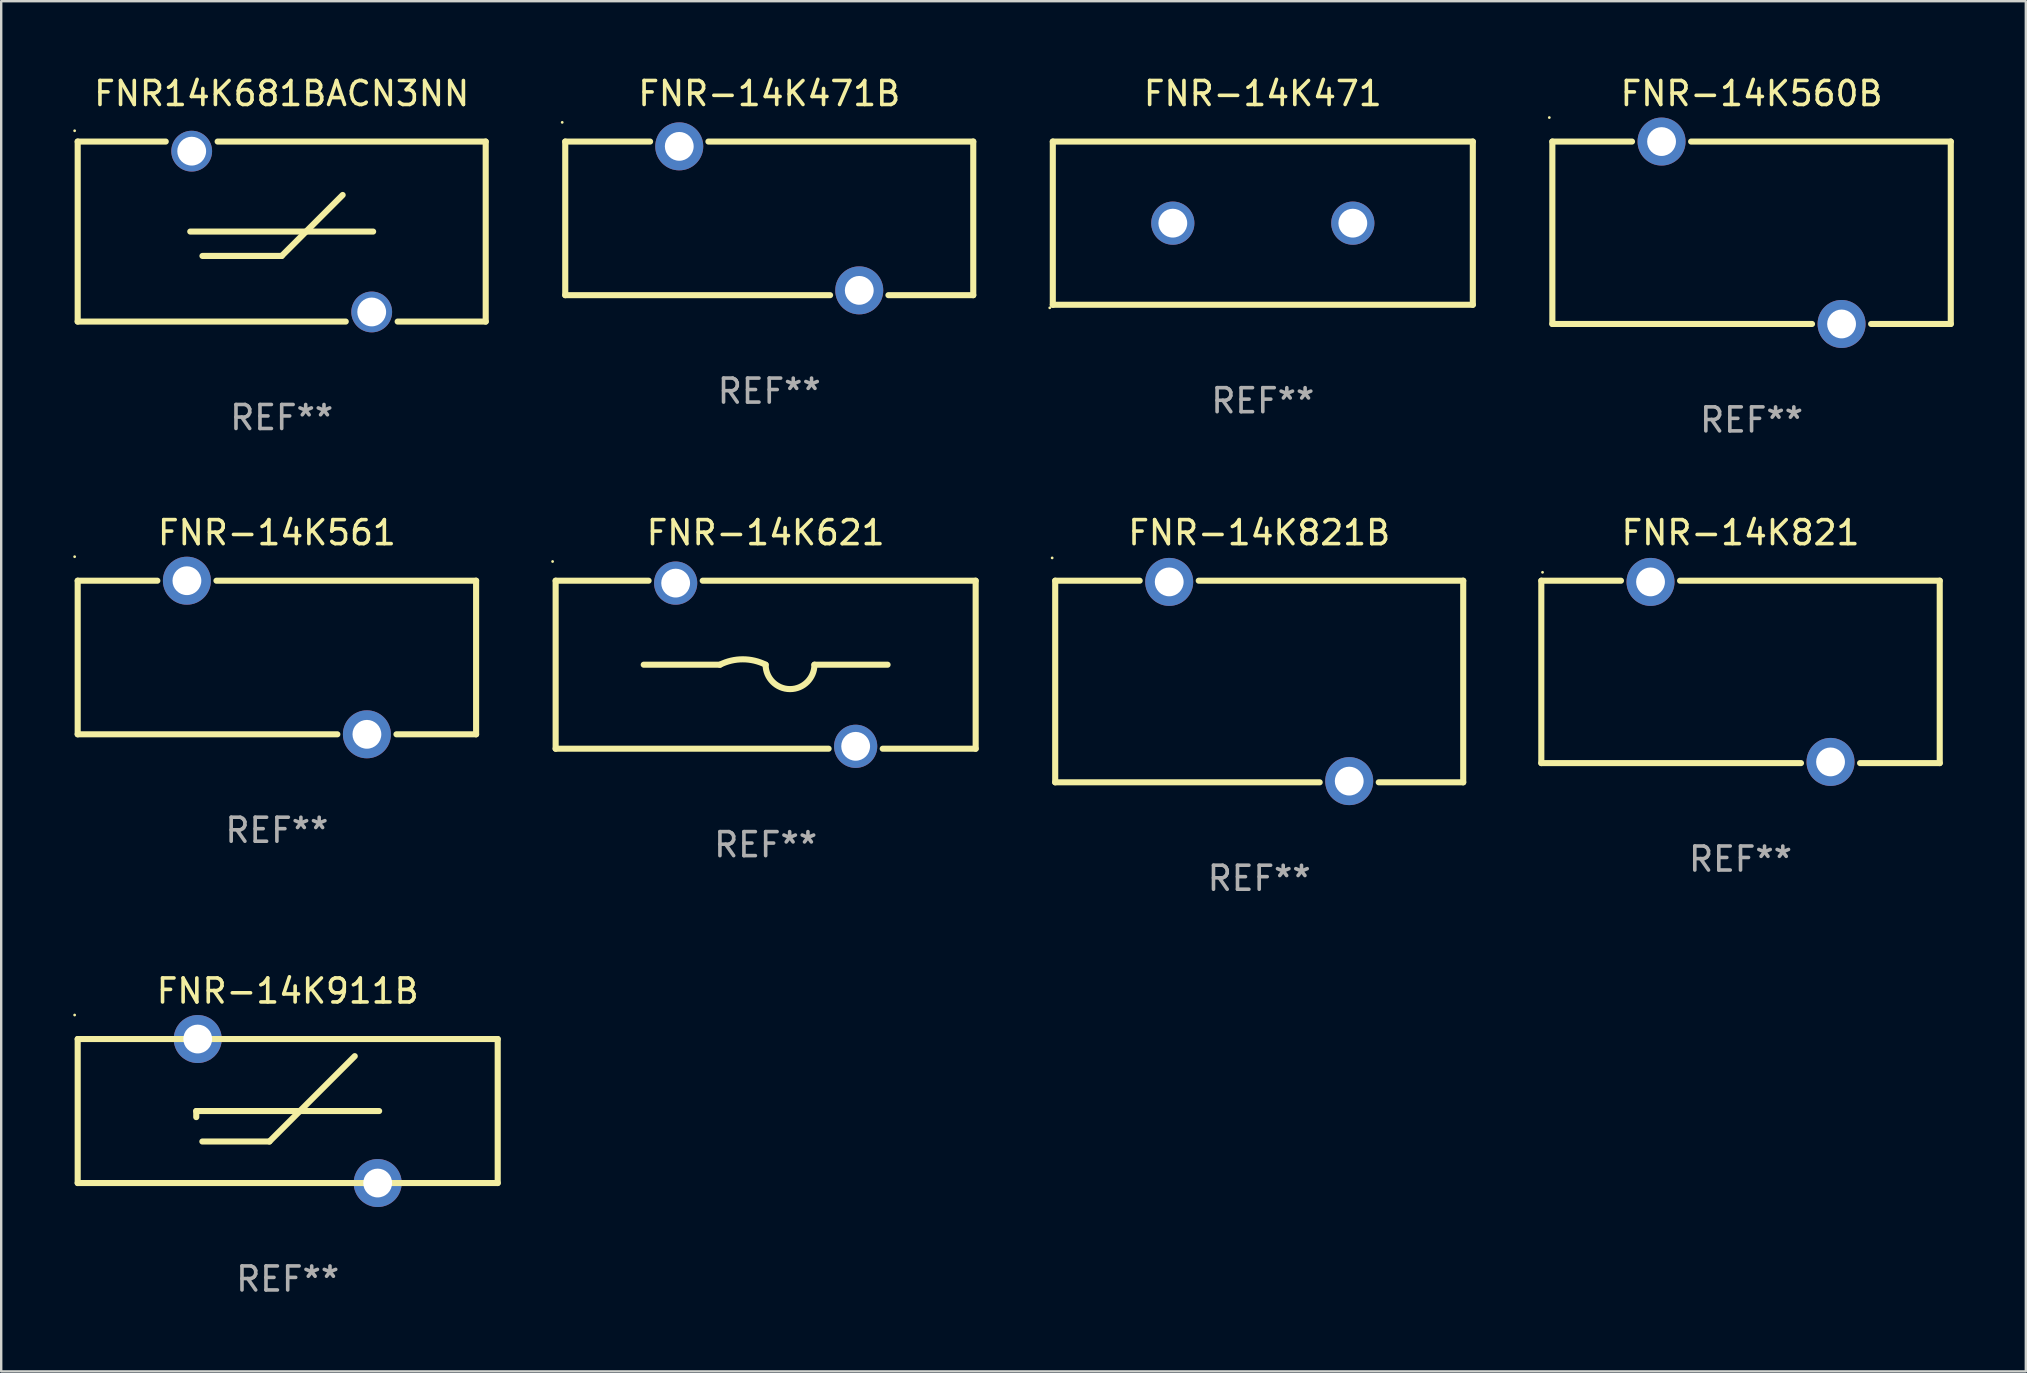
<source format=kicad_pcb>
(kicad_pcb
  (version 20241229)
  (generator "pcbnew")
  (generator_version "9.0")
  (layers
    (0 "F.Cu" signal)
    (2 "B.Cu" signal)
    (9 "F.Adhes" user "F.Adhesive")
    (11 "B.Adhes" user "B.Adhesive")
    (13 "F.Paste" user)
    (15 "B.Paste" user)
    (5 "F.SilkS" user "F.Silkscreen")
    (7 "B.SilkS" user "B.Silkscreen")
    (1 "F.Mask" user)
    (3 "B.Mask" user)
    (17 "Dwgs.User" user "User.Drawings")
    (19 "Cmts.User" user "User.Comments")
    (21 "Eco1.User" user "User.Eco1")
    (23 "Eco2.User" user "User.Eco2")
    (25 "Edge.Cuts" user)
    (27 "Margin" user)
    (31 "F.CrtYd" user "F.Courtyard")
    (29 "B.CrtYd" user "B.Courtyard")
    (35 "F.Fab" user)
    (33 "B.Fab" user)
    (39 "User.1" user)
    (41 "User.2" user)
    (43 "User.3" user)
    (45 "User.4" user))
  (footprint "FNR-14K471"
    (layer "F.Cu")
    (at 49.565 6.248)
    (property "Reference" "FNR-14K471" (at 0 -5.4 0) (layer "F.SilkS") (effects (font (size 1 1) (thickness 0.15))))
    (attr through_hole)
    (fp_line (start -8.75 -3.4) (end 8.75 -3.4) (stroke (width 0.254) (type solid)) (layer "F.SilkS"))
    (fp_line (start -8.75 3.4) (end -8.75 -3.4) (stroke (width 0.254) (type solid)) (layer "F.SilkS"))
    (fp_line (start 8.75 -3.4) (end 8.75 3.4) (stroke (width 0.254) (type solid)) (layer "F.SilkS"))
    (fp_line (start 8.75 3.4) (end -8.75 3.4) (stroke (width 0.254) (type solid)) (layer "F.SilkS"))
    (fp_circle (center -8.877 3.527) (end -8.847 3.527) (stroke (width 0.06) (type solid)) (fill no) (layer "F.SilkS"))
    (fp_text user "REF**" (at 0 7.4 0) (layer "F.Fab") (effects (font (size 1 1) (thickness 0.15))))
    (pad "1" thru_hole circle (at -3.75 0) (size 1.8 1.8) (drill 1.2) (layers "*.Cu" "*.Mask"))
    (pad "2" thru_hole circle (at 3.75 0) (size 1.8 1.8) (drill 1.2) (layers "*.Cu" "*.Mask")))
  (footprint "FNR-14K911B"
    (layer "F.Cu")
    (at 8.937 43.241)
    (property "Reference" "FNR-14K911B" (at 0 -5 0) (layer "F.SilkS") (effects (font (size 1 1) (thickness 0.15))))
    (attr through_hole)
    (fp_line (start -8.75 -3) (end -8.75 3) (stroke (width 0.254) (type solid)) (layer "F.SilkS"))
    (fp_line (start -8.75 -3) (end 8.75 -3) (stroke (width 0.254) (type solid)) (layer "F.SilkS"))
    (fp_line (start -3.81 0) (end 3.81 0) (stroke (width 0.254) (type solid)) (layer "F.SilkS"))
    (fp_line (start -3.81 0.254) (end -3.81 0) (stroke (width 0.254) (type solid)) (layer "F.SilkS"))
    (fp_line (start -3.556 1.27) (end -0.762 1.27) (stroke (width 0.254) (type solid)) (layer "F.SilkS"))
    (fp_line (start -0.762 1.27) (end 2.794 -2.286) (stroke (width 0.254) (type solid)) (layer "F.SilkS"))
    (fp_line (start 8.75 3) (end -8.75 3) (stroke (width 0.254) (type solid)) (layer "F.SilkS"))
    (fp_line (start 8.75 3) (end 8.75 -3) (stroke (width 0.254) (type solid)) (layer "F.SilkS"))
    (fp_circle (center -8.877 -4) (end -8.847 -4) (stroke (width 0.06) (type solid)) (fill no) (layer "F.SilkS"))
    (fp_text user "REF**" (at 0 7 0) (layer "F.Fab") (effects (font (size 1 1) (thickness 0.15))))
    (pad "1" thru_hole circle (at -3.749 -3) (size 2 2) (drill 1.2) (layers "*.Cu" "*.Mask"))
    (pad "2" thru_hole circle (at 3.749 3) (size 2 2) (drill 1.2) (layers "*.Cu" "*.Mask")))
  (footprint "FNR-14K821B"
    (layer "F.Cu")
    (at 49.415 25.345)
    (property "Reference" "FNR-14K821B" (at 0 -6.2 0) (layer "F.SilkS") (effects (font (size 1 1) (thickness 0.15))))
    (attr through_hole)
    (fp_line (start -8.5 -4.2) (end -8.5 4.2) (stroke (width 0.254) (type solid)) (layer "F.SilkS"))
    (fp_line (start -8.5 -4.2) (end -4.98 -4.2) (stroke (width 0.254) (type solid)) (layer "F.SilkS"))
    (fp_line (start -8.5 4.2) (end 2.52 4.2) (stroke (width 0.254) (type solid)) (layer "F.SilkS"))
    (fp_line (start -2.52 -4.2) (end 8.5 -4.2) (stroke (width 0.254) (type solid)) (layer "F.SilkS"))
    (fp_line (start 4.98 4.2) (end 8.5 4.2) (stroke (width 0.254) (type solid)) (layer "F.SilkS"))
    (fp_line (start 8.5 -4.2) (end 8.5 4.2) (stroke (width 0.254) (type solid)) (layer "F.SilkS"))
    (fp_circle (center -8.627 -5.15) (end -8.597 -5.15) (stroke (width 0.06) (type solid)) (fill no) (layer "F.SilkS"))
    (fp_text user "REF**" (at 0 8.2 0) (layer "F.Fab") (effects (font (size 1 1) (thickness 0.15))))
    (pad "1" thru_hole circle (at -3.75 -4.15) (size 2 2) (drill 1.2) (layers "*.Cu" "*.Mask"))
    (pad "2" thru_hole circle (at 3.75 4.15) (size 2 2) (drill 1.2) (layers "*.Cu" "*.Mask")))
  (footprint "FNR-14K561"
    (layer "F.Cu")
    (at 8.487 24.345)
    (property "Reference" "FNR-14K561" (at 0 -5.2 0) (layer "F.SilkS") (effects (font (size 1 1) (thickness 0.15))))
    (attr through_hole)
    (fp_line (start -8.3 -3.2) (end -8.3 3.2) (stroke (width 0.254) (type solid)) (layer "F.SilkS"))
    (fp_line (start -8.3 -3.2) (end -4.981 -3.2) (stroke (width 0.254) (type solid)) (layer "F.SilkS"))
    (fp_line (start -8.3 3.2) (end 2.519 3.2) (stroke (width 0.254) (type solid)) (layer "F.SilkS"))
    (fp_line (start -2.519 -3.2) (end 8.3 -3.2) (stroke (width 0.254) (type solid)) (layer "F.SilkS"))
    (fp_line (start 4.981 3.2) (end 8.3 3.2) (stroke (width 0.254) (type solid)) (layer "F.SilkS"))
    (fp_line (start 8.3 -3.2) (end 8.3 3.2) (stroke (width 0.254) (type solid)) (layer "F.SilkS"))
    (fp_circle (center -8.427 -4.2) (end -8.397 -4.2) (stroke (width 0.06) (type solid)) (fill no) (layer "F.SilkS"))
    (fp_text user "REF**" (at 0 7.2 0) (layer "F.Fab") (effects (font (size 1 1) (thickness 0.15))))
    (pad "1" thru_hole circle (at -3.75 -3.2) (size 2 2) (drill 1.2) (layers "*.Cu" "*.Mask"))
    (pad "2" thru_hole circle (at 3.75 3.2) (size 2 2) (drill 1.2) (layers "*.Cu" "*.Mask")))
  (footprint "FNR14K681BACN3NN"
    (layer "F.Cu")
    (at 8.687 6.598)
    (property "Reference" "FNR14K681BACN3NN" (at 0 -5.75 0) (layer "F.SilkS") (effects (font (size 1 1) (thickness 0.15))))
    (attr through_hole)
    (fp_line (start -8.5 -3.75) (end -4.831 -3.75) (stroke (width 0.254) (type solid)) (layer "F.SilkS"))
    (fp_line (start -8.5 3.75) (end -8.5 -3.75) (stroke (width 0.254) (type solid)) (layer "F.SilkS"))
    (fp_line (start -8.5 3.75) (end 2.669 3.75) (stroke (width 0.254) (type solid)) (layer "F.SilkS"))
    (fp_line (start -3.81 0) (end 3.81 0) (stroke (width 0.254) (type solid)) (layer "F.SilkS"))
    (fp_line (start -3.302 1.016) (end 0 1.016) (stroke (width 0.254) (type solid)) (layer "F.SilkS"))
    (fp_line (start -2.669 -3.75) (end 8.5 -3.75) (stroke (width 0.254) (type solid)) (layer "F.SilkS"))
    (fp_line (start 0 1.016) (end 2.54 -1.524) (stroke (width 0.254) (type solid)) (layer "F.SilkS"))
    (fp_line (start 4.831 3.75) (end 8.5 3.75) (stroke (width 0.254) (type solid)) (layer "F.SilkS"))
    (fp_line (start 8.5 -3.75) (end 8.5 3.75) (stroke (width 0.254) (type solid)) (layer "F.SilkS"))
    (fp_circle (center -8.627 -4.2) (end -8.597 -4.2) (stroke (width 0.06) (type solid)) (fill no) (layer "F.SilkS"))
    (fp_text user "REF**" (at 0 7.75 0) (layer "F.Fab") (effects (font (size 1 1) (thickness 0.15))))
    (pad "1" thru_hole circle (at -3.75 -3.35) (size 1.7 1.7) (drill 1.2) (layers "*.Cu" "*.Mask"))
    (pad "2" thru_hole circle (at 3.75 3.35) (size 1.7 1.7) (drill 1.2) (layers "*.Cu" "*.Mask")))
  (footprint "FNR-14K621"
    (layer "F.Cu")
    (at 28.851 24.645)
    (property "Reference" "FNR-14K621" (at 0 -5.5 0) (layer "F.SilkS") (effects (font (size 1 1) (thickness 0.15))))
    (attr through_hole)
    (fp_line (start -8.75 -3.5) (end -8.75 3.5) (stroke (width 0.254) (type solid)) (layer "F.SilkS"))
    (fp_line (start -8.75 -3.5) (end -4.877 -3.5) (stroke (width 0.254) (type solid)) (layer "F.SilkS"))
    (fp_line (start -5.08 0) (end -1.905 0) (stroke (width 0.254) (type solid)) (layer "F.SilkS"))
    (fp_line (start -2.623 -3.5) (end 8.75 -3.5) (stroke (width 0.254) (type solid)) (layer "F.SilkS"))
    (fp_line (start 2.623 3.5) (end -8.75 3.5) (stroke (width 0.254) (type solid)) (layer "F.SilkS"))
    (fp_line (start 5.08 0) (end 2.032 0) (stroke (width 0.254) (type solid)) (layer "F.SilkS"))
    (fp_line (start 8.75 -3.5) (end 8.75 3.5) (stroke (width 0.254) (type solid)) (layer "F.SilkS"))
    (fp_line (start 8.75 3.5) (end 4.877 3.5) (stroke (width 0.254) (type solid)) (layer "F.SilkS"))
    (fp_arc (start -1.905017 0) (mid -0.952515 -0.224855) (end -0.000013 0) (stroke (width 0.254001) (type solid)) (layer "F.SilkS"))
    (fp_arc (start 2.031991 0) (mid 1.015481 1.01651) (end -0.001029 0) (stroke (width 0.254001) (type solid)) (layer "F.SilkS"))
    (fp_circle (center -8.877 -4.3) (end -8.847 -4.3) (stroke (width 0.06) (type solid)) (fill no) (layer "F.SilkS"))
    (fp_text user "REF**" (at 0 7.5 0) (layer "F.Fab") (effects (font (size 1 1) (thickness 0.15))))
    (pad "1" thru_hole circle (at -3.75 -3.4) (size 1.8 1.8) (drill 1.2) (layers "*.Cu" "*.Mask"))
    (pad "2" thru_hole circle (at 3.75 3.4) (size 1.8 1.8) (drill 1.2) (layers "*.Cu" "*.Mask")))
  (footprint "FNR-14K821"
    (layer "F.Cu")
    (at 69.469 24.945)
    (property "Reference" "FNR-14K821" (at 0 -5.8 0) (layer "F.SilkS") (effects (font (size 1 1) (thickness 0.15))))
    (attr through_hole)
    (fp_line (start -8.3 -3.8) (end -8.3 3.8) (stroke (width 0.254) (type solid)) (layer "F.SilkS"))
    (fp_line (start -8.3 -3.8) (end -4.981 -3.8) (stroke (width 0.254) (type solid)) (layer "F.SilkS"))
    (fp_line (start -8.3 3.8) (end 2.519 3.8) (stroke (width 0.254) (type solid)) (layer "F.SilkS"))
    (fp_line (start -2.519 -3.8) (end 8.3 -3.8) (stroke (width 0.254) (type solid)) (layer "F.SilkS"))
    (fp_line (start 4.981 3.8) (end 8.3 3.8) (stroke (width 0.254) (type solid)) (layer "F.SilkS"))
    (fp_line (start 8.3 -3.8) (end 8.3 3.8) (stroke (width 0.254) (type solid)) (layer "F.SilkS"))
    (fp_circle (center -8.25 -4.15) (end -8.22 -4.15) (stroke (width 0.06) (type solid)) (fill no) (layer "F.SilkS"))
    (fp_text user "REF**" (at 0 7.8 0) (layer "F.Fab") (effects (font (size 1 1) (thickness 0.15))))
    (pad "1" thru_hole circle (at -3.75 -3.75) (size 2 2) (drill 1.2) (layers "*.Cu" "*.Mask"))
    (pad "2" thru_hole circle (at 3.75 3.75) (size 2 2) (drill 1.2) (layers "*.Cu" "*.Mask")))
  (footprint "FNR-14K560B"
    (layer "F.Cu")
    (at 69.929 6.648)
    (property "Reference" "FNR-14K560B" (at 0 -5.8 0) (layer "F.SilkS") (effects (font (size 1 1) (thickness 0.15))))
    (attr through_hole)
    (fp_line (start -8.3 -3.8) (end -8.3 3.8) (stroke (width 0.254) (type solid)) (layer "F.SilkS"))
    (fp_line (start -8.3 -3.8) (end -4.981 -3.8) (stroke (width 0.254) (type solid)) (layer "F.SilkS"))
    (fp_line (start -8.3 3.8) (end 2.519 3.8) (stroke (width 0.254) (type solid)) (layer "F.SilkS"))
    (fp_line (start -2.519 -3.8) (end 8.3 -3.8) (stroke (width 0.254) (type solid)) (layer "F.SilkS"))
    (fp_line (start 4.981 3.8) (end 8.3 3.8) (stroke (width 0.254) (type solid)) (layer "F.SilkS"))
    (fp_line (start 8.3 -3.8) (end 8.3 3.8) (stroke (width 0.254) (type solid)) (layer "F.SilkS"))
    (fp_circle (center -8.427 -4.8) (end -8.397 -4.8) (stroke (width 0.06) (type solid)) (fill no) (layer "F.SilkS"))
    (fp_text user "REF**" (at 0 7.8 0) (layer "F.Fab") (effects (font (size 1 1) (thickness 0.15))))
    (pad "1" thru_hole circle (at -3.75 -3.8) (size 2 2) (drill 1.2) (layers "*.Cu" "*.Mask"))
    (pad "2" thru_hole circle (at 3.75 3.8) (size 2 2) (drill 1.2) (layers "*.Cu" "*.Mask")))
  (footprint "FNR-14K471B"
    (layer "F.Cu")
    (at 29.001 6.048)
    (property "Reference" "FNR-14K471B" (at 0 -5.2 0) (layer "F.SilkS") (effects (font (size 1 1) (thickness 0.15))))
    (attr through_hole)
    (fp_line (start -8.5 -3.2) (end -8.5 3.2) (stroke (width 0.254) (type solid)) (layer "F.SilkS"))
    (fp_line (start -8.5 -3.2) (end -4.965 -3.2) (stroke (width 0.254) (type solid)) (layer "F.SilkS"))
    (fp_line (start -8.5 3.2) (end 2.535 3.2) (stroke (width 0.254) (type solid)) (layer "F.SilkS"))
    (fp_line (start -2.535 -3.2) (end 8.5 -3.2) (stroke (width 0.254) (type solid)) (layer "F.SilkS"))
    (fp_line (start 4.965 3.2) (end 8.5 3.2) (stroke (width 0.254) (type solid)) (layer "F.SilkS"))
    (fp_line (start 8.5 -3.2) (end 8.5 3.2) (stroke (width 0.254) (type solid)) (layer "F.SilkS"))
    (fp_circle (center -8.627 -4) (end -8.597 -4) (stroke (width 0.06) (type solid)) (fill no) (layer "F.SilkS"))
    (fp_text user "REF**" (at 0 7.2 0) (layer "F.Fab") (effects (font (size 1 1) (thickness 0.15))))
    (pad "1" thru_hole circle (at -3.75 -3) (size 2 2) (drill 1.2) (layers "*.Cu" "*.Mask"))
    (pad "2" thru_hole circle (at 3.75 3) (size 2 2) (drill 1.2) (layers "*.Cu" "*.Mask")))
  (gr_rect
    (start -3 -3)
    (end 81.356 54.09)
    (stroke (width 0.1) (type default))
    (fill no)
    (layer "Edge.Cuts")))
</source>
